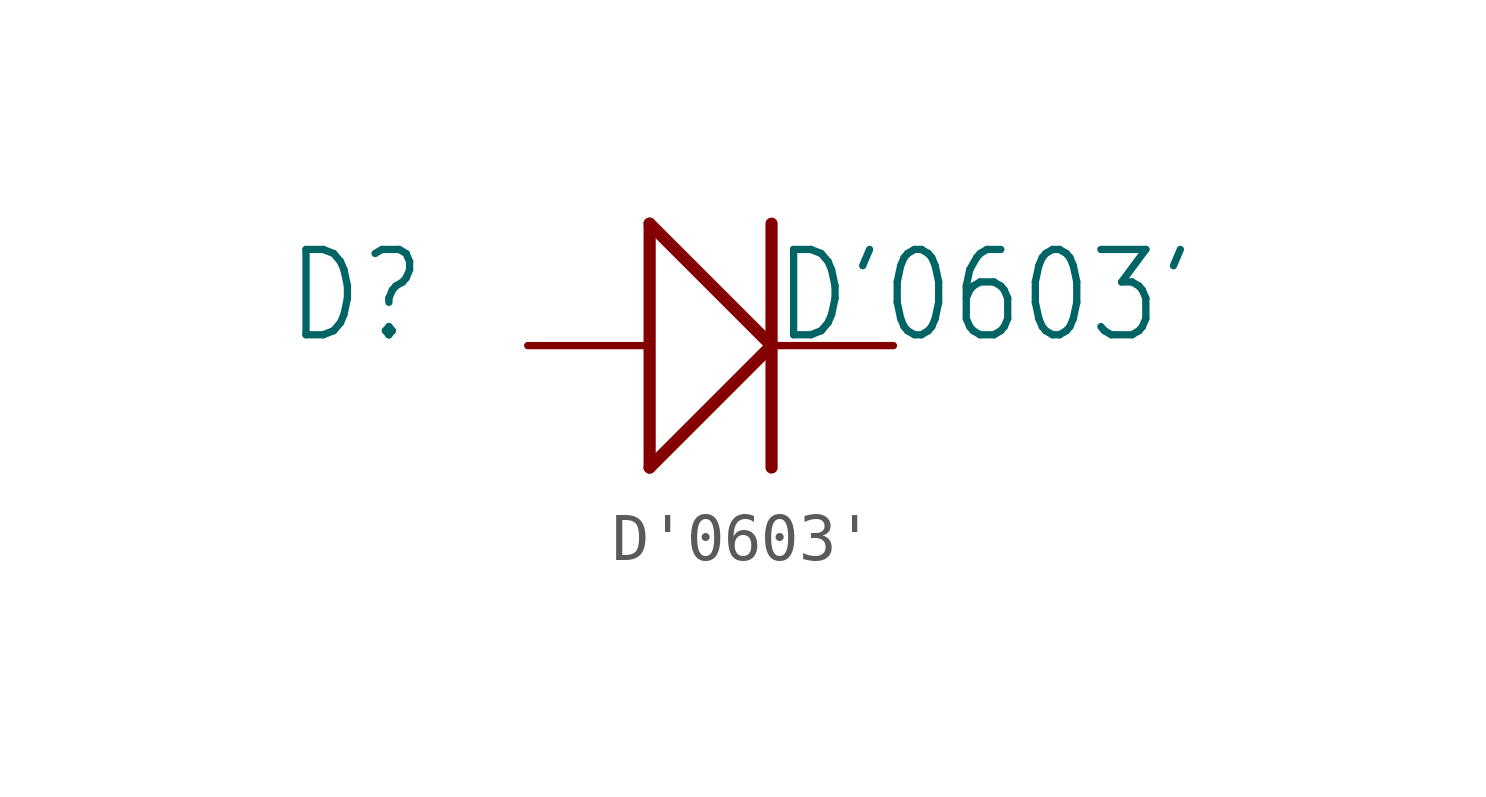
<source format=kicad_sym>
(kicad_symbol_lib
  (version 20211014)
  (generator kicad_symbol_editor)
  (symbol "D'0603'"
    (property "Reference" "D"
      (at -8.89 0 0)
      (effects (font (size 1.778 1.511)) (justify left bottom)))
    (property "Value" "D'0603'"
      (at 1.27 0 0)
      (effects (font (size 1.778 1.511)) (justify left bottom)))
    (property "ki_locked" ""
      (at 0 0 0)
      (effects (font (size 1.27 1.27))))
    (symbol "D'0603'_1_0"
      (polyline (pts (xy -1.27 -2.54) (xy -1.27 2.54)) (stroke (width 0.254) (type default) (color 0 0 0 0)) (fill (type none)))
      (polyline (pts (xy -1.27 -2.54) (xy 1.27 0)) (stroke (width 0.254) (type default) (color 0 0 0 0)) (fill (type none)))
      (polyline (pts (xy -1.27 2.54) (xy 1.27 0)) (stroke (width 0.254) (type default) (color 0 0 0 0)) (fill (type none)))
      (polyline (pts (xy 1.27 2.54) (xy 1.27 -2.54)) (stroke (width 0.254) (type default) (color 0 0 0 0)) (fill (type none)))
      (pin passive line (at -3.81 0 0) (length 2.54) (name "+" (effects (font (size 0 0)))) (number "+" (effects (font (size 0 0)))))
      (pin passive line (at 3.81 0 180) (length 2.54) (name "-" (effects (font (size 0 0)))) (number "-" (effects (font (size 0 0))))))))
</source>
